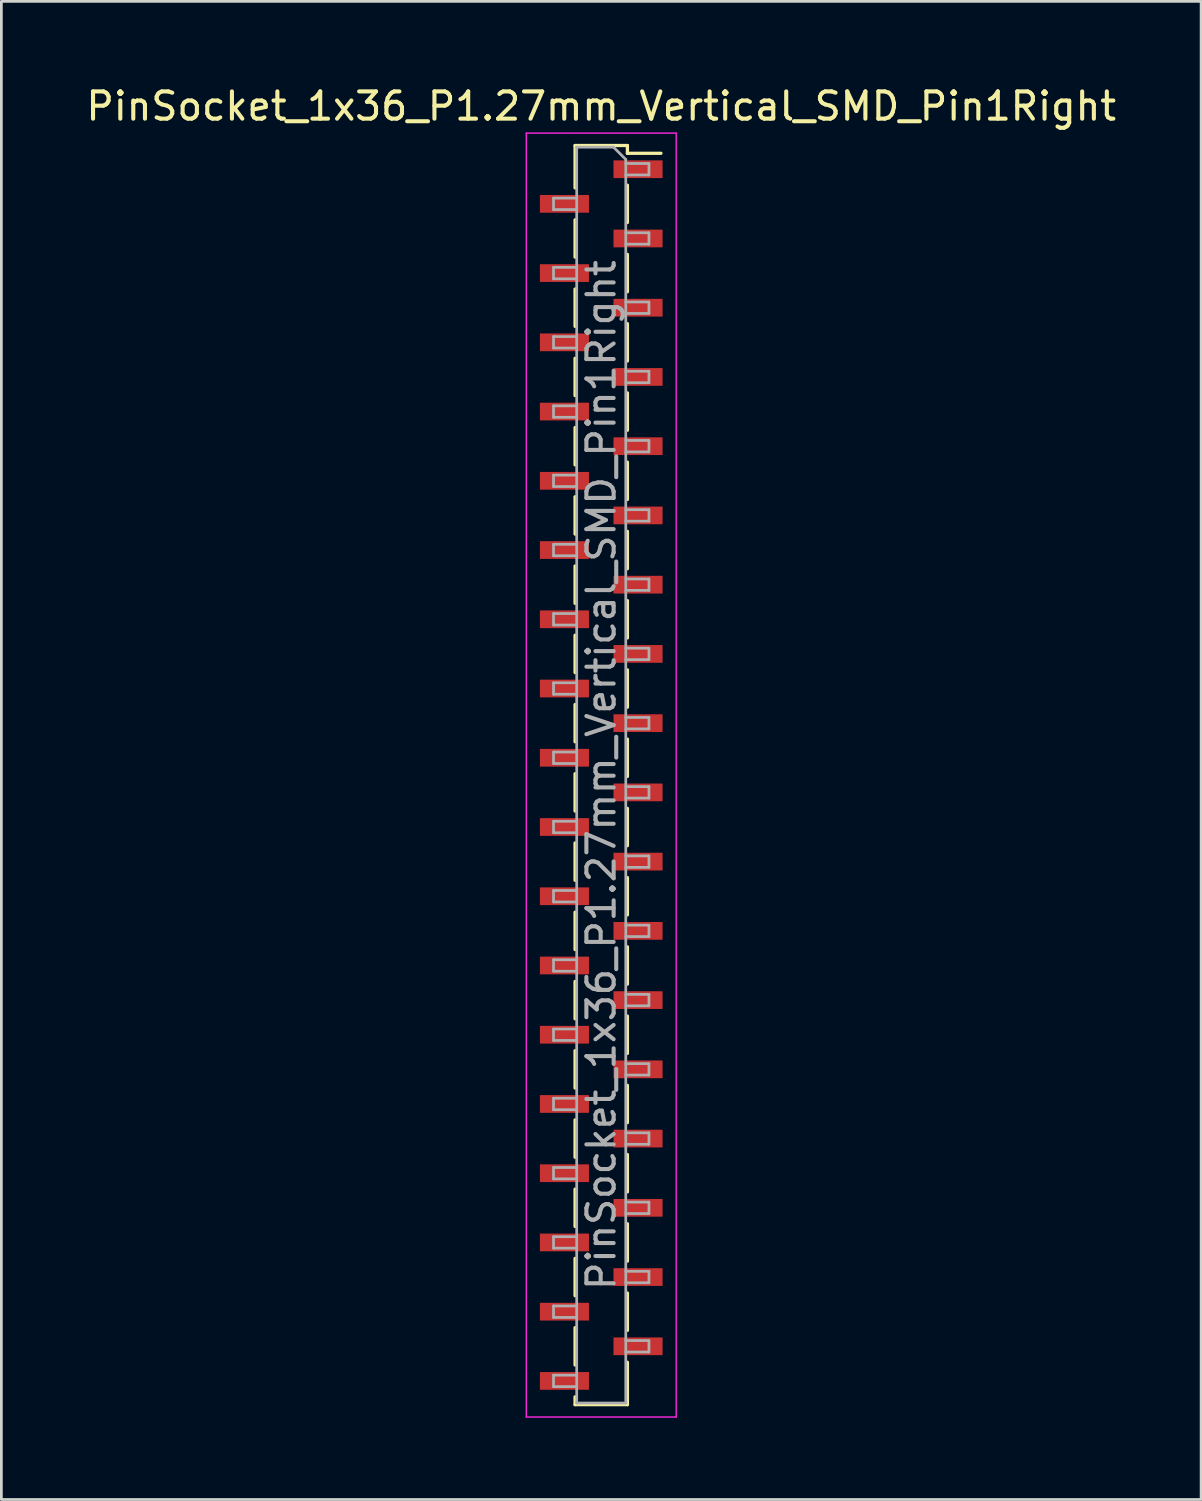
<source format=kicad_pcb>
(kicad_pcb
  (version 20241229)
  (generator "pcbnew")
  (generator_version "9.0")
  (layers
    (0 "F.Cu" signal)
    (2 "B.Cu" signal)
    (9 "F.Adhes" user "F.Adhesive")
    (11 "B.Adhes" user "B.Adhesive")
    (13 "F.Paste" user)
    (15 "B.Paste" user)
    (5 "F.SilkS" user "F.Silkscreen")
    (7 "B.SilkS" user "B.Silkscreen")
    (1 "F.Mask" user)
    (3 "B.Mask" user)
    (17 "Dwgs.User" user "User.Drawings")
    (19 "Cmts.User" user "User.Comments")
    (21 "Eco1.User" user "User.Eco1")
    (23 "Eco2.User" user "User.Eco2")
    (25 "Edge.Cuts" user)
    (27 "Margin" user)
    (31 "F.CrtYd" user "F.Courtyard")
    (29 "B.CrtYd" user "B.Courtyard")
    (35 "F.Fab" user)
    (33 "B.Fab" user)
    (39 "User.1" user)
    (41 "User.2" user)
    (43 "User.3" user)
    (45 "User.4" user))
  (footprint "PinSocket_1x36_P1.27mm_Vertical_SMD_Pin1Right"
    (layer "F.Cu")
    (at 19.006 25.383)
    (property "Reference" "PinSocket_1x36_P1.27mm_Vertical_SMD_Pin1Right" (at 0 -24.535 0) (layer "F.SilkS") (effects (font (size 1 1) (thickness 0.15))))
    (attr smd)
    (fp_line (start -0.96 -23.095) (end -0.96 -21.54) (stroke (width 0.12) (type solid)) (layer "F.SilkS"))
    (fp_line (start -0.96 -23.095) (end 0.96 -23.095) (stroke (width 0.12) (type solid)) (layer "F.SilkS"))
    (fp_line (start -0.96 -20.37) (end -0.96 -19) (stroke (width 0.12) (type solid)) (layer "F.SilkS"))
    (fp_line (start -0.96 -17.83) (end -0.96 -16.46) (stroke (width 0.12) (type solid)) (layer "F.SilkS"))
    (fp_line (start -0.96 -15.29) (end -0.96 -13.92) (stroke (width 0.12) (type solid)) (layer "F.SilkS"))
    (fp_line (start -0.96 -12.75) (end -0.96 -11.38) (stroke (width 0.12) (type solid)) (layer "F.SilkS"))
    (fp_line (start -0.96 -10.21) (end -0.96 -8.84) (stroke (width 0.12) (type solid)) (layer "F.SilkS"))
    (fp_line (start -0.96 -7.67) (end -0.96 -6.3) (stroke (width 0.12) (type solid)) (layer "F.SilkS"))
    (fp_line (start -0.96 -5.13) (end -0.96 -3.76) (stroke (width 0.12) (type solid)) (layer "F.SilkS"))
    (fp_line (start -0.96 -2.59) (end -0.96 -1.22) (stroke (width 0.12) (type solid)) (layer "F.SilkS"))
    (fp_line (start -0.96 -0.05) (end -0.96 1.32) (stroke (width 0.12) (type solid)) (layer "F.SilkS"))
    (fp_line (start -0.96 2.49) (end -0.96 3.86) (stroke (width 0.12) (type solid)) (layer "F.SilkS"))
    (fp_line (start -0.96 5.03) (end -0.96 6.4) (stroke (width 0.12) (type solid)) (layer "F.SilkS"))
    (fp_line (start -0.96 7.57) (end -0.96 8.94) (stroke (width 0.12) (type solid)) (layer "F.SilkS"))
    (fp_line (start -0.96 10.11) (end -0.96 11.48) (stroke (width 0.12) (type solid)) (layer "F.SilkS"))
    (fp_line (start -0.96 12.65) (end -0.96 14.02) (stroke (width 0.12) (type solid)) (layer "F.SilkS"))
    (fp_line (start -0.96 15.19) (end -0.96 16.56) (stroke (width 0.12) (type solid)) (layer "F.SilkS"))
    (fp_line (start -0.96 17.73) (end -0.96 19.1) (stroke (width 0.12) (type solid)) (layer "F.SilkS"))
    (fp_line (start -0.96 20.27) (end -0.96 21.64) (stroke (width 0.12) (type solid)) (layer "F.SilkS"))
    (fp_line (start -0.96 22.81) (end -0.96 23.095) (stroke (width 0.12) (type solid)) (layer "F.SilkS"))
    (fp_line (start -0.96 23.095) (end 0.96 23.095) (stroke (width 0.12) (type solid)) (layer "F.SilkS"))
    (fp_line (start 0.96 -23.095) (end 0.96 -22.81) (stroke (width 0.12) (type solid)) (layer "F.SilkS"))
    (fp_line (start 0.96 -22.81) (end 2.19 -22.81) (stroke (width 0.12) (type solid)) (layer "F.SilkS"))
    (fp_line (start 0.96 -21.64) (end 0.96 -20.27) (stroke (width 0.12) (type solid)) (layer "F.SilkS"))
    (fp_line (start 0.96 -19.1) (end 0.96 -17.73) (stroke (width 0.12) (type solid)) (layer "F.SilkS"))
    (fp_line (start 0.96 -16.56) (end 0.96 -15.19) (stroke (width 0.12) (type solid)) (layer "F.SilkS"))
    (fp_line (start 0.96 -14.02) (end 0.96 -12.65) (stroke (width 0.12) (type solid)) (layer "F.SilkS"))
    (fp_line (start 0.96 -11.48) (end 0.96 -10.11) (stroke (width 0.12) (type solid)) (layer "F.SilkS"))
    (fp_line (start 0.96 -8.94) (end 0.96 -7.57) (stroke (width 0.12) (type solid)) (layer "F.SilkS"))
    (fp_line (start 0.96 -6.4) (end 0.96 -5.03) (stroke (width 0.12) (type solid)) (layer "F.SilkS"))
    (fp_line (start 0.96 -3.86) (end 0.96 -2.49) (stroke (width 0.12) (type solid)) (layer "F.SilkS"))
    (fp_line (start 0.96 -1.32) (end 0.96 0.05) (stroke (width 0.12) (type solid)) (layer "F.SilkS"))
    (fp_line (start 0.96 1.22) (end 0.96 2.59) (stroke (width 0.12) (type solid)) (layer "F.SilkS"))
    (fp_line (start 0.96 3.76) (end 0.96 5.13) (stroke (width 0.12) (type solid)) (layer "F.SilkS"))
    (fp_line (start 0.96 6.3) (end 0.96 7.67) (stroke (width 0.12) (type solid)) (layer "F.SilkS"))
    (fp_line (start 0.96 8.84) (end 0.96 10.21) (stroke (width 0.12) (type solid)) (layer "F.SilkS"))
    (fp_line (start 0.96 11.38) (end 0.96 12.75) (stroke (width 0.12) (type solid)) (layer "F.SilkS"))
    (fp_line (start 0.96 13.92) (end 0.96 15.29) (stroke (width 0.12) (type solid)) (layer "F.SilkS"))
    (fp_line (start 0.96 16.46) (end 0.96 17.83) (stroke (width 0.12) (type solid)) (layer "F.SilkS"))
    (fp_line (start 0.96 19) (end 0.96 20.37) (stroke (width 0.12) (type solid)) (layer "F.SilkS"))
    (fp_line (start 0.96 21.54) (end 0.96 23.095) (stroke (width 0.12) (type solid)) (layer "F.SilkS"))
    (fp_line (start -2.75 -23.55) (end 2.75 -23.55) (stroke (width 0.05) (type solid)) (layer "F.CrtYd"))
    (fp_line (start -2.75 23.55) (end -2.75 -23.55) (stroke (width 0.05) (type solid)) (layer "F.CrtYd"))
    (fp_line (start 2.75 -23.55) (end 2.75 23.55) (stroke (width 0.05) (type solid)) (layer "F.CrtYd"))
    (fp_line (start 2.75 23.55) (end -2.75 23.55) (stroke (width 0.05) (type solid)) (layer "F.CrtYd"))
    (fp_line (start -1.75 -21.165) (end -0.9 -21.165) (stroke (width 0.1) (type solid)) (layer "F.Fab"))
    (fp_line (start -1.75 -20.745) (end -1.75 -21.165) (stroke (width 0.1) (type solid)) (layer "F.Fab"))
    (fp_line (start -1.75 -18.625) (end -0.9 -18.625) (stroke (width 0.1) (type solid)) (layer "F.Fab"))
    (fp_line (start -1.75 -18.205) (end -1.75 -18.625) (stroke (width 0.1) (type solid)) (layer "F.Fab"))
    (fp_line (start -1.75 -16.085) (end -0.9 -16.085) (stroke (width 0.1) (type solid)) (layer "F.Fab"))
    (fp_line (start -1.75 -15.665) (end -1.75 -16.085) (stroke (width 0.1) (type solid)) (layer "F.Fab"))
    (fp_line (start -1.75 -13.545) (end -0.9 -13.545) (stroke (width 0.1) (type solid)) (layer "F.Fab"))
    (fp_line (start -1.75 -13.125) (end -1.75 -13.545) (stroke (width 0.1) (type solid)) (layer "F.Fab"))
    (fp_line (start -1.75 -11.005) (end -0.9 -11.005) (stroke (width 0.1) (type solid)) (layer "F.Fab"))
    (fp_line (start -1.75 -10.585) (end -1.75 -11.005) (stroke (width 0.1) (type solid)) (layer "F.Fab"))
    (fp_line (start -1.75 -8.465) (end -0.9 -8.465) (stroke (width 0.1) (type solid)) (layer "F.Fab"))
    (fp_line (start -1.75 -8.045) (end -1.75 -8.465) (stroke (width 0.1) (type solid)) (layer "F.Fab"))
    (fp_line (start -1.75 -5.925) (end -0.9 -5.925) (stroke (width 0.1) (type solid)) (layer "F.Fab"))
    (fp_line (start -1.75 -5.505) (end -1.75 -5.925) (stroke (width 0.1) (type solid)) (layer "F.Fab"))
    (fp_line (start -1.75 -3.385) (end -0.9 -3.385) (stroke (width 0.1) (type solid)) (layer "F.Fab"))
    (fp_line (start -1.75 -2.965) (end -1.75 -3.385) (stroke (width 0.1) (type solid)) (layer "F.Fab"))
    (fp_line (start -1.75 -0.845) (end -0.9 -0.845) (stroke (width 0.1) (type solid)) (layer "F.Fab"))
    (fp_line (start -1.75 -0.425) (end -1.75 -0.845) (stroke (width 0.1) (type solid)) (layer "F.Fab"))
    (fp_line (start -1.75 1.695) (end -0.9 1.695) (stroke (width 0.1) (type solid)) (layer "F.Fab"))
    (fp_line (start -1.75 2.115) (end -1.75 1.695) (stroke (width 0.1) (type solid)) (layer "F.Fab"))
    (fp_line (start -1.75 4.235) (end -0.9 4.235) (stroke (width 0.1) (type solid)) (layer "F.Fab"))
    (fp_line (start -1.75 4.655) (end -1.75 4.235) (stroke (width 0.1) (type solid)) (layer "F.Fab"))
    (fp_line (start -1.75 6.775) (end -0.9 6.775) (stroke (width 0.1) (type solid)) (layer "F.Fab"))
    (fp_line (start -1.75 7.195) (end -1.75 6.775) (stroke (width 0.1) (type solid)) (layer "F.Fab"))
    (fp_line (start -1.75 9.315) (end -0.9 9.315) (stroke (width 0.1) (type solid)) (layer "F.Fab"))
    (fp_line (start -1.75 9.735) (end -1.75 9.315) (stroke (width 0.1) (type solid)) (layer "F.Fab"))
    (fp_line (start -1.75 11.855) (end -0.9 11.855) (stroke (width 0.1) (type solid)) (layer "F.Fab"))
    (fp_line (start -1.75 12.275) (end -1.75 11.855) (stroke (width 0.1) (type solid)) (layer "F.Fab"))
    (fp_line (start -1.75 14.395) (end -0.9 14.395) (stroke (width 0.1) (type solid)) (layer "F.Fab"))
    (fp_line (start -1.75 14.815) (end -1.75 14.395) (stroke (width 0.1) (type solid)) (layer "F.Fab"))
    (fp_line (start -1.75 16.935) (end -0.9 16.935) (stroke (width 0.1) (type solid)) (layer "F.Fab"))
    (fp_line (start -1.75 17.355) (end -1.75 16.935) (stroke (width 0.1) (type solid)) (layer "F.Fab"))
    (fp_line (start -1.75 19.475) (end -0.9 19.475) (stroke (width 0.1) (type solid)) (layer "F.Fab"))
    (fp_line (start -1.75 19.895) (end -1.75 19.475) (stroke (width 0.1) (type solid)) (layer "F.Fab"))
    (fp_line (start -1.75 22.015) (end -0.9 22.015) (stroke (width 0.1) (type solid)) (layer "F.Fab"))
    (fp_line (start -1.75 22.435) (end -1.75 22.015) (stroke (width 0.1) (type solid)) (layer "F.Fab"))
    (fp_line (start -0.9 -23.035) (end 0.45 -23.035) (stroke (width 0.1) (type solid)) (layer "F.Fab"))
    (fp_line (start -0.9 -20.745) (end -1.75 -20.745) (stroke (width 0.1) (type solid)) (layer "F.Fab"))
    (fp_line (start -0.9 -18.205) (end -1.75 -18.205) (stroke (width 0.1) (type solid)) (layer "F.Fab"))
    (fp_line (start -0.9 -15.665) (end -1.75 -15.665) (stroke (width 0.1) (type solid)) (layer "F.Fab"))
    (fp_line (start -0.9 -13.125) (end -1.75 -13.125) (stroke (width 0.1) (type solid)) (layer "F.Fab"))
    (fp_line (start -0.9 -10.585) (end -1.75 -10.585) (stroke (width 0.1) (type solid)) (layer "F.Fab"))
    (fp_line (start -0.9 -8.045) (end -1.75 -8.045) (stroke (width 0.1) (type solid)) (layer "F.Fab"))
    (fp_line (start -0.9 -5.505) (end -1.75 -5.505) (stroke (width 0.1) (type solid)) (layer "F.Fab"))
    (fp_line (start -0.9 -2.965) (end -1.75 -2.965) (stroke (width 0.1) (type solid)) (layer "F.Fab"))
    (fp_line (start -0.9 -0.425) (end -1.75 -0.425) (stroke (width 0.1) (type solid)) (layer "F.Fab"))
    (fp_line (start -0.9 2.115) (end -1.75 2.115) (stroke (width 0.1) (type solid)) (layer "F.Fab"))
    (fp_line (start -0.9 4.655) (end -1.75 4.655) (stroke (width 0.1) (type solid)) (layer "F.Fab"))
    (fp_line (start -0.9 7.195) (end -1.75 7.195) (stroke (width 0.1) (type solid)) (layer "F.Fab"))
    (fp_line (start -0.9 9.735) (end -1.75 9.735) (stroke (width 0.1) (type solid)) (layer "F.Fab"))
    (fp_line (start -0.9 12.275) (end -1.75 12.275) (stroke (width 0.1) (type solid)) (layer "F.Fab"))
    (fp_line (start -0.9 14.815) (end -1.75 14.815) (stroke (width 0.1) (type solid)) (layer "F.Fab"))
    (fp_line (start -0.9 17.355) (end -1.75 17.355) (stroke (width 0.1) (type solid)) (layer "F.Fab"))
    (fp_line (start -0.9 19.895) (end -1.75 19.895) (stroke (width 0.1) (type solid)) (layer "F.Fab"))
    (fp_line (start -0.9 22.435) (end -1.75 22.435) (stroke (width 0.1) (type solid)) (layer "F.Fab"))
    (fp_line (start -0.9 23.035) (end -0.9 -23.035) (stroke (width 0.1) (type solid)) (layer "F.Fab"))
    (fp_line (start 0.45 -23.035) (end 0.9 -22.585) (stroke (width 0.1) (type solid)) (layer "F.Fab"))
    (fp_line (start 0.9 -22.585) (end 0.9 23.035) (stroke (width 0.1) (type solid)) (layer "F.Fab"))
    (fp_line (start 0.9 -22.435) (end 1.75 -22.435) (stroke (width 0.1) (type solid)) (layer "F.Fab"))
    (fp_line (start 0.9 -19.895) (end 1.75 -19.895) (stroke (width 0.1) (type solid)) (layer "F.Fab"))
    (fp_line (start 0.9 -17.355) (end 1.75 -17.355) (stroke (width 0.1) (type solid)) (layer "F.Fab"))
    (fp_line (start 0.9 -14.815) (end 1.75 -14.815) (stroke (width 0.1) (type solid)) (layer "F.Fab"))
    (fp_line (start 0.9 -12.275) (end 1.75 -12.275) (stroke (width 0.1) (type solid)) (layer "F.Fab"))
    (fp_line (start 0.9 -9.735) (end 1.75 -9.735) (stroke (width 0.1) (type solid)) (layer "F.Fab"))
    (fp_line (start 0.9 -7.195) (end 1.75 -7.195) (stroke (width 0.1) (type solid)) (layer "F.Fab"))
    (fp_line (start 0.9 -4.655) (end 1.75 -4.655) (stroke (width 0.1) (type solid)) (layer "F.Fab"))
    (fp_line (start 0.9 -2.115) (end 1.75 -2.115) (stroke (width 0.1) (type solid)) (layer "F.Fab"))
    (fp_line (start 0.9 0.425) (end 1.75 0.425) (stroke (width 0.1) (type solid)) (layer "F.Fab"))
    (fp_line (start 0.9 2.965) (end 1.75 2.965) (stroke (width 0.1) (type solid)) (layer "F.Fab"))
    (fp_line (start 0.9 5.505) (end 1.75 5.505) (stroke (width 0.1) (type solid)) (layer "F.Fab"))
    (fp_line (start 0.9 8.045) (end 1.75 8.045) (stroke (width 0.1) (type solid)) (layer "F.Fab"))
    (fp_line (start 0.9 10.585) (end 1.75 10.585) (stroke (width 0.1) (type solid)) (layer "F.Fab"))
    (fp_line (start 0.9 13.125) (end 1.75 13.125) (stroke (width 0.1) (type solid)) (layer "F.Fab"))
    (fp_line (start 0.9 15.665) (end 1.75 15.665) (stroke (width 0.1) (type solid)) (layer "F.Fab"))
    (fp_line (start 0.9 18.205) (end 1.75 18.205) (stroke (width 0.1) (type solid)) (layer "F.Fab"))
    (fp_line (start 0.9 20.745) (end 1.75 20.745) (stroke (width 0.1) (type solid)) (layer "F.Fab"))
    (fp_line (start 0.9 23.035) (end -0.9 23.035) (stroke (width 0.1) (type solid)) (layer "F.Fab"))
    (fp_line (start 1.75 -22.435) (end 1.75 -22.015) (stroke (width 0.1) (type solid)) (layer "F.Fab"))
    (fp_line (start 1.75 -22.015) (end 0.9 -22.015) (stroke (width 0.1) (type solid)) (layer "F.Fab"))
    (fp_line (start 1.75 -19.895) (end 1.75 -19.475) (stroke (width 0.1) (type solid)) (layer "F.Fab"))
    (fp_line (start 1.75 -19.475) (end 0.9 -19.475) (stroke (width 0.1) (type solid)) (layer "F.Fab"))
    (fp_line (start 1.75 -17.355) (end 1.75 -16.935) (stroke (width 0.1) (type solid)) (layer "F.Fab"))
    (fp_line (start 1.75 -16.935) (end 0.9 -16.935) (stroke (width 0.1) (type solid)) (layer "F.Fab"))
    (fp_line (start 1.75 -14.815) (end 1.75 -14.395) (stroke (width 0.1) (type solid)) (layer "F.Fab"))
    (fp_line (start 1.75 -14.395) (end 0.9 -14.395) (stroke (width 0.1) (type solid)) (layer "F.Fab"))
    (fp_line (start 1.75 -12.275) (end 1.75 -11.855) (stroke (width 0.1) (type solid)) (layer "F.Fab"))
    (fp_line (start 1.75 -11.855) (end 0.9 -11.855) (stroke (width 0.1) (type solid)) (layer "F.Fab"))
    (fp_line (start 1.75 -9.735) (end 1.75 -9.315) (stroke (width 0.1) (type solid)) (layer "F.Fab"))
    (fp_line (start 1.75 -9.315) (end 0.9 -9.315) (stroke (width 0.1) (type solid)) (layer "F.Fab"))
    (fp_line (start 1.75 -7.195) (end 1.75 -6.775) (stroke (width 0.1) (type solid)) (layer "F.Fab"))
    (fp_line (start 1.75 -6.775) (end 0.9 -6.775) (stroke (width 0.1) (type solid)) (layer "F.Fab"))
    (fp_line (start 1.75 -4.655) (end 1.75 -4.235) (stroke (width 0.1) (type solid)) (layer "F.Fab"))
    (fp_line (start 1.75 -4.235) (end 0.9 -4.235) (stroke (width 0.1) (type solid)) (layer "F.Fab"))
    (fp_line (start 1.75 -2.115) (end 1.75 -1.695) (stroke (width 0.1) (type solid)) (layer "F.Fab"))
    (fp_line (start 1.75 -1.695) (end 0.9 -1.695) (stroke (width 0.1) (type solid)) (layer "F.Fab"))
    (fp_line (start 1.75 0.425) (end 1.75 0.845) (stroke (width 0.1) (type solid)) (layer "F.Fab"))
    (fp_line (start 1.75 0.845) (end 0.9 0.845) (stroke (width 0.1) (type solid)) (layer "F.Fab"))
    (fp_line (start 1.75 2.965) (end 1.75 3.385) (stroke (width 0.1) (type solid)) (layer "F.Fab"))
    (fp_line (start 1.75 3.385) (end 0.9 3.385) (stroke (width 0.1) (type solid)) (layer "F.Fab"))
    (fp_line (start 1.75 5.505) (end 1.75 5.925) (stroke (width 0.1) (type solid)) (layer "F.Fab"))
    (fp_line (start 1.75 5.925) (end 0.9 5.925) (stroke (width 0.1) (type solid)) (layer "F.Fab"))
    (fp_line (start 1.75 8.045) (end 1.75 8.465) (stroke (width 0.1) (type solid)) (layer "F.Fab"))
    (fp_line (start 1.75 8.465) (end 0.9 8.465) (stroke (width 0.1) (type solid)) (layer "F.Fab"))
    (fp_line (start 1.75 10.585) (end 1.75 11.005) (stroke (width 0.1) (type solid)) (layer "F.Fab"))
    (fp_line (start 1.75 11.005) (end 0.9 11.005) (stroke (width 0.1) (type solid)) (layer "F.Fab"))
    (fp_line (start 1.75 13.125) (end 1.75 13.545) (stroke (width 0.1) (type solid)) (layer "F.Fab"))
    (fp_line (start 1.75 13.545) (end 0.9 13.545) (stroke (width 0.1) (type solid)) (layer "F.Fab"))
    (fp_line (start 1.75 15.665) (end 1.75 16.085) (stroke (width 0.1) (type solid)) (layer "F.Fab"))
    (fp_line (start 1.75 16.085) (end 0.9 16.085) (stroke (width 0.1) (type solid)) (layer "F.Fab"))
    (fp_line (start 1.75 18.205) (end 1.75 18.625) (stroke (width 0.1) (type solid)) (layer "F.Fab"))
    (fp_line (start 1.75 18.625) (end 0.9 18.625) (stroke (width 0.1) (type solid)) (layer "F.Fab"))
    (fp_line (start 1.75 20.745) (end 1.75 21.165) (stroke (width 0.1) (type solid)) (layer "F.Fab"))
    (fp_line (start 1.75 21.165) (end 0.9 21.165) (stroke (width 0.1) (type solid)) (layer "F.Fab"))
    (fp_text user "${REFERENCE}" (at 0 0 90) (layer "F.Fab") (effects (font (size 1 1) (thickness 0.15))))
    (pad "1" smd rect (at 1.35 -22.225) (size 1.8 0.65) (layers "F.Cu" "F.Mask" "F.Paste"))
    (pad "2" smd rect (at -1.35 -20.955) (size 1.8 0.65) (layers "F.Cu" "F.Mask" "F.Paste"))
    (pad "3" smd rect (at 1.35 -19.685) (size 1.8 0.65) (layers "F.Cu" "F.Mask" "F.Paste"))
    (pad "4" smd rect (at -1.35 -18.415) (size 1.8 0.65) (layers "F.Cu" "F.Mask" "F.Paste"))
    (pad "5" smd rect (at 1.35 -17.145) (size 1.8 0.65) (layers "F.Cu" "F.Mask" "F.Paste"))
    (pad "6" smd rect (at -1.35 -15.875) (size 1.8 0.65) (layers "F.Cu" "F.Mask" "F.Paste"))
    (pad "7" smd rect (at 1.35 -14.605) (size 1.8 0.65) (layers "F.Cu" "F.Mask" "F.Paste"))
    (pad "8" smd rect (at -1.35 -13.335) (size 1.8 0.65) (layers "F.Cu" "F.Mask" "F.Paste"))
    (pad "9" smd rect (at 1.35 -12.065) (size 1.8 0.65) (layers "F.Cu" "F.Mask" "F.Paste"))
    (pad "10" smd rect (at -1.35 -10.795) (size 1.8 0.65) (layers "F.Cu" "F.Mask" "F.Paste"))
    (pad "11" smd rect (at 1.35 -9.525) (size 1.8 0.65) (layers "F.Cu" "F.Mask" "F.Paste"))
    (pad "12" smd rect (at -1.35 -8.255) (size 1.8 0.65) (layers "F.Cu" "F.Mask" "F.Paste"))
    (pad "13" smd rect (at 1.35 -6.985) (size 1.8 0.65) (layers "F.Cu" "F.Mask" "F.Paste"))
    (pad "14" smd rect (at -1.35 -5.715) (size 1.8 0.65) (layers "F.Cu" "F.Mask" "F.Paste"))
    (pad "15" smd rect (at 1.35 -4.445) (size 1.8 0.65) (layers "F.Cu" "F.Mask" "F.Paste"))
    (pad "16" smd rect (at -1.35 -3.175) (size 1.8 0.65) (layers "F.Cu" "F.Mask" "F.Paste"))
    (pad "17" smd rect (at 1.35 -1.905) (size 1.8 0.65) (layers "F.Cu" "F.Mask" "F.Paste"))
    (pad "18" smd rect (at -1.35 -0.635) (size 1.8 0.65) (layers "F.Cu" "F.Mask" "F.Paste"))
    (pad "19" smd rect (at 1.35 0.635) (size 1.8 0.65) (layers "F.Cu" "F.Mask" "F.Paste"))
    (pad "20" smd rect (at -1.35 1.905) (size 1.8 0.65) (layers "F.Cu" "F.Mask" "F.Paste"))
    (pad "21" smd rect (at 1.35 3.175) (size 1.8 0.65) (layers "F.Cu" "F.Mask" "F.Paste"))
    (pad "22" smd rect (at -1.35 4.445) (size 1.8 0.65) (layers "F.Cu" "F.Mask" "F.Paste"))
    (pad "23" smd rect (at 1.35 5.715) (size 1.8 0.65) (layers "F.Cu" "F.Mask" "F.Paste"))
    (pad "24" smd rect (at -1.35 6.985) (size 1.8 0.65) (layers "F.Cu" "F.Mask" "F.Paste"))
    (pad "25" smd rect (at 1.35 8.255) (size 1.8 0.65) (layers "F.Cu" "F.Mask" "F.Paste"))
    (pad "26" smd rect (at -1.35 9.525) (size 1.8 0.65) (layers "F.Cu" "F.Mask" "F.Paste"))
    (pad "27" smd rect (at 1.35 10.795) (size 1.8 0.65) (layers "F.Cu" "F.Mask" "F.Paste"))
    (pad "28" smd rect (at -1.35 12.065) (size 1.8 0.65) (layers "F.Cu" "F.Mask" "F.Paste"))
    (pad "29" smd rect (at 1.35 13.335) (size 1.8 0.65) (layers "F.Cu" "F.Mask" "F.Paste"))
    (pad "30" smd rect (at -1.35 14.605) (size 1.8 0.65) (layers "F.Cu" "F.Mask" "F.Paste"))
    (pad "31" smd rect (at 1.35 15.875) (size 1.8 0.65) (layers "F.Cu" "F.Mask" "F.Paste"))
    (pad "32" smd rect (at -1.35 17.145) (size 1.8 0.65) (layers "F.Cu" "F.Mask" "F.Paste"))
    (pad "33" smd rect (at 1.35 18.415) (size 1.8 0.65) (layers "F.Cu" "F.Mask" "F.Paste"))
    (pad "34" smd rect (at -1.35 19.685) (size 1.8 0.65) (layers "F.Cu" "F.Mask" "F.Paste"))
    (pad "35" smd rect (at 1.35 20.955) (size 1.8 0.65) (layers "F.Cu" "F.Mask" "F.Paste"))
    (pad "36" smd rect (at -1.35 22.225) (size 1.8 0.65) (layers "F.Cu" "F.Mask" "F.Paste")))
  (gr_rect
    (start -3 -3)
    (end 41.012 51.958)
    (stroke (width 0.1) (type default))
    (fill no)
    (layer "Edge.Cuts")))
</source>
